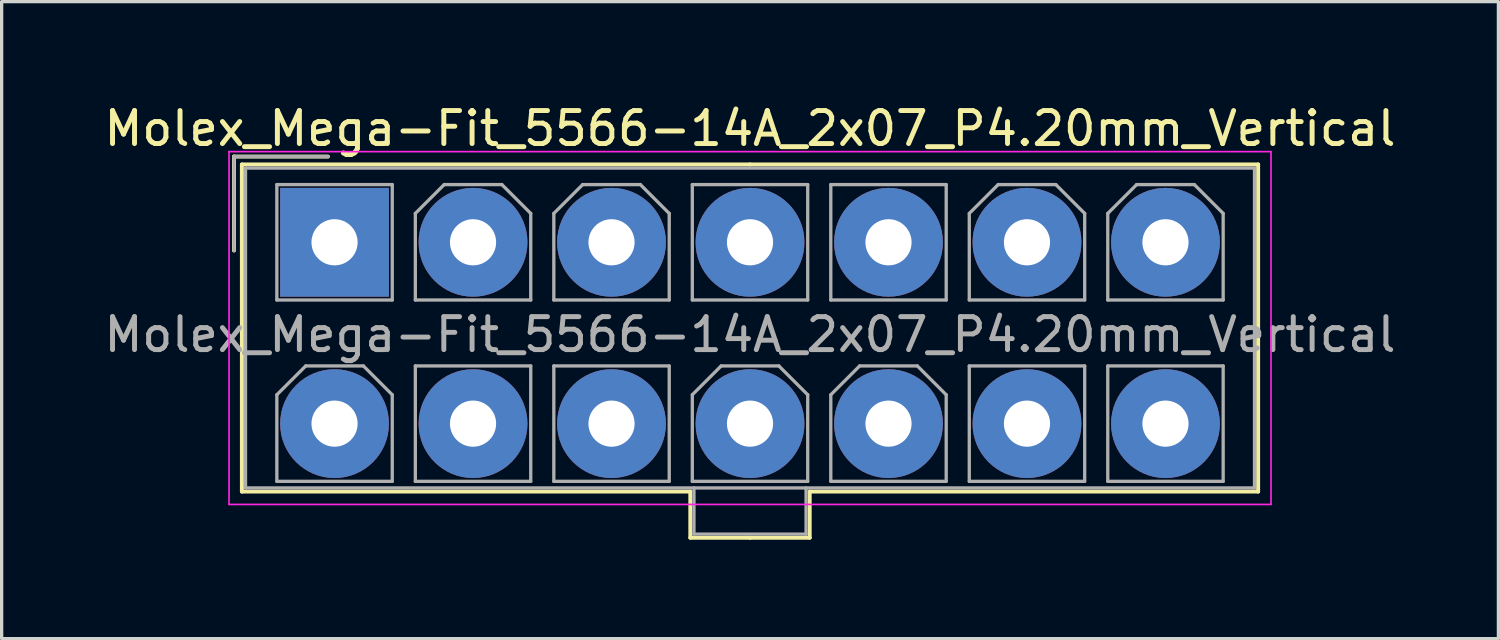
<source format=kicad_pcb>
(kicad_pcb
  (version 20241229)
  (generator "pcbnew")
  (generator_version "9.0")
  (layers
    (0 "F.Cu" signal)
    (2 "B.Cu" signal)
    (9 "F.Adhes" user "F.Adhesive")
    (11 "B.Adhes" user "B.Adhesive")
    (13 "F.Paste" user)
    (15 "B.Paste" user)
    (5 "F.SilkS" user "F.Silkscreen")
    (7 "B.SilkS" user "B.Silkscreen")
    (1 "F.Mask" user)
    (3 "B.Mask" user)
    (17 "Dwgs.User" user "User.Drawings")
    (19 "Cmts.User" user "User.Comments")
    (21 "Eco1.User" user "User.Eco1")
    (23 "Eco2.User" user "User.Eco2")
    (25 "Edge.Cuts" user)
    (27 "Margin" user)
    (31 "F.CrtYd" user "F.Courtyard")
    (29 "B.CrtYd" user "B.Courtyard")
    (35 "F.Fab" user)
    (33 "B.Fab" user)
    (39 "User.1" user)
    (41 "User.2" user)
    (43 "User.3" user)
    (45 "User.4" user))
  (footprint "Molex_Mega-Fit_5566-14A_2x07_P4.20mm_Vertical"
    (layer "F.Cu")
    (at 7.096 4.298)
    (property "Reference" "Molex_Mega-Fit_5566-14A_2x07_P4.20mm_Vertical" (at 12.6 -3.45 0) (layer "F.SilkS") (effects (font (size 1 1) (thickness 0.15))))
    (attr through_hole)
    (fp_line (start -3.05 -2.6) (end -3.05 0.25) (stroke (width 0.12) (type solid)) (layer "F.SilkS"))
    (fp_line (start -2.81 -2.36) (end -2.81 7.56) (stroke (width 0.12) (type solid)) (layer "F.SilkS"))
    (fp_line (start -2.81 7.56) (end 10.79 7.56) (stroke (width 0.12) (type solid)) (layer "F.SilkS"))
    (fp_line (start -0.2 -2.6) (end -3.05 -2.6) (stroke (width 0.12) (type solid)) (layer "F.SilkS"))
    (fp_line (start 10.79 7.56) (end 10.79 8.96) (stroke (width 0.12) (type solid)) (layer "F.SilkS"))
    (fp_line (start 10.79 8.96) (end 12.6 8.96) (stroke (width 0.12) (type solid)) (layer "F.SilkS"))
    (fp_line (start 12.6 -2.36) (end -2.81 -2.36) (stroke (width 0.12) (type solid)) (layer "F.SilkS"))
    (fp_line (start 12.6 -2.36) (end 28.01 -2.36) (stroke (width 0.12) (type solid)) (layer "F.SilkS"))
    (fp_line (start 14.41 7.56) (end 14.41 8.96) (stroke (width 0.12) (type solid)) (layer "F.SilkS"))
    (fp_line (start 14.41 8.96) (end 12.6 8.96) (stroke (width 0.12) (type solid)) (layer "F.SilkS"))
    (fp_line (start 28.01 -2.36) (end 28.01 7.56) (stroke (width 0.12) (type solid)) (layer "F.SilkS"))
    (fp_line (start 28.01 7.56) (end 14.41 7.56) (stroke (width 0.12) (type solid)) (layer "F.SilkS"))
    (fp_line (start -3.2 -2.75) (end -3.2 7.95) (stroke (width 0.05) (type solid)) (layer "F.CrtYd"))
    (fp_line (start -3.2 7.95) (end 28.4 7.95) (stroke (width 0.05) (type solid)) (layer "F.CrtYd"))
    (fp_line (start 28.4 -2.75) (end -3.2 -2.75) (stroke (width 0.05) (type solid)) (layer "F.CrtYd"))
    (fp_line (start 28.4 7.95) (end 28.4 -2.75) (stroke (width 0.05) (type solid)) (layer "F.CrtYd"))
    (fp_line (start -3.05 -2.6) (end -3.05 0.25) (stroke (width 0.1) (type solid)) (layer "F.Fab"))
    (fp_line (start -2.7 -2.25) (end -2.7 7.45) (stroke (width 0.1) (type solid)) (layer "F.Fab"))
    (fp_line (start -2.7 7.45) (end 27.9 7.45) (stroke (width 0.1) (type solid)) (layer "F.Fab"))
    (fp_line (start -1.75 -1.75) (end -1.75 1.75) (stroke (width 0.1) (type solid)) (layer "F.Fab"))
    (fp_line (start -1.75 1.75) (end 1.75 1.75) (stroke (width 0.1) (type solid)) (layer "F.Fab"))
    (fp_line (start -1.75 4.625) (end -0.875 3.75) (stroke (width 0.1) (type solid)) (layer "F.Fab"))
    (fp_line (start -1.75 7.25) (end -1.75 4.625) (stroke (width 0.1) (type solid)) (layer "F.Fab"))
    (fp_line (start -0.875 3.75) (end 0.875 3.75) (stroke (width 0.1) (type solid)) (layer "F.Fab"))
    (fp_line (start -0.2 -2.6) (end -3.05 -2.6) (stroke (width 0.1) (type solid)) (layer "F.Fab"))
    (fp_line (start 0.875 3.75) (end 1.75 4.625) (stroke (width 0.1) (type solid)) (layer "F.Fab"))
    (fp_line (start 1.75 -1.75) (end -1.75 -1.75) (stroke (width 0.1) (type solid)) (layer "F.Fab"))
    (fp_line (start 1.75 1.75) (end 1.75 -1.75) (stroke (width 0.1) (type solid)) (layer "F.Fab"))
    (fp_line (start 1.75 4.625) (end 1.75 7.25) (stroke (width 0.1) (type solid)) (layer "F.Fab"))
    (fp_line (start 1.75 7.25) (end -1.75 7.25) (stroke (width 0.1) (type solid)) (layer "F.Fab"))
    (fp_line (start 2.45 -0.875) (end 3.325 -1.75) (stroke (width 0.1) (type solid)) (layer "F.Fab"))
    (fp_line (start 2.45 1.75) (end 2.45 -0.875) (stroke (width 0.1) (type solid)) (layer "F.Fab"))
    (fp_line (start 2.45 3.75) (end 2.45 7.25) (stroke (width 0.1) (type solid)) (layer "F.Fab"))
    (fp_line (start 2.45 7.25) (end 5.95 7.25) (stroke (width 0.1) (type solid)) (layer "F.Fab"))
    (fp_line (start 3.325 -1.75) (end 5.075 -1.75) (stroke (width 0.1) (type solid)) (layer "F.Fab"))
    (fp_line (start 5.075 -1.75) (end 5.95 -0.875) (stroke (width 0.1) (type solid)) (layer "F.Fab"))
    (fp_line (start 5.95 -0.875) (end 5.95 1.75) (stroke (width 0.1) (type solid)) (layer "F.Fab"))
    (fp_line (start 5.95 1.75) (end 2.45 1.75) (stroke (width 0.1) (type solid)) (layer "F.Fab"))
    (fp_line (start 5.95 3.75) (end 2.45 3.75) (stroke (width 0.1) (type solid)) (layer "F.Fab"))
    (fp_line (start 5.95 7.25) (end 5.95 3.75) (stroke (width 0.1) (type solid)) (layer "F.Fab"))
    (fp_line (start 6.65 -0.875) (end 7.525 -1.75) (stroke (width 0.1) (type solid)) (layer "F.Fab"))
    (fp_line (start 6.65 1.75) (end 6.65 -0.875) (stroke (width 0.1) (type solid)) (layer "F.Fab"))
    (fp_line (start 6.65 3.75) (end 6.65 7.25) (stroke (width 0.1) (type solid)) (layer "F.Fab"))
    (fp_line (start 6.65 7.25) (end 10.15 7.25) (stroke (width 0.1) (type solid)) (layer "F.Fab"))
    (fp_line (start 7.525 -1.75) (end 9.275 -1.75) (stroke (width 0.1) (type solid)) (layer "F.Fab"))
    (fp_line (start 9.275 -1.75) (end 10.15 -0.875) (stroke (width 0.1) (type solid)) (layer "F.Fab"))
    (fp_line (start 10.15 -0.875) (end 10.15 1.75) (stroke (width 0.1) (type solid)) (layer "F.Fab"))
    (fp_line (start 10.15 1.75) (end 6.65 1.75) (stroke (width 0.1) (type solid)) (layer "F.Fab"))
    (fp_line (start 10.15 3.75) (end 6.65 3.75) (stroke (width 0.1) (type solid)) (layer "F.Fab"))
    (fp_line (start 10.15 7.25) (end 10.15 3.75) (stroke (width 0.1) (type solid)) (layer "F.Fab"))
    (fp_line (start 10.85 -1.75) (end 10.85 1.75) (stroke (width 0.1) (type solid)) (layer "F.Fab"))
    (fp_line (start 10.85 1.75) (end 14.35 1.75) (stroke (width 0.1) (type solid)) (layer "F.Fab"))
    (fp_line (start 10.85 4.625) (end 11.725 3.75) (stroke (width 0.1) (type solid)) (layer "F.Fab"))
    (fp_line (start 10.85 7.25) (end 10.85 4.625) (stroke (width 0.1) (type solid)) (layer "F.Fab"))
    (fp_line (start 10.9 7.45) (end 10.9 8.85) (stroke (width 0.1) (type solid)) (layer "F.Fab"))
    (fp_line (start 10.9 8.85) (end 14.3 8.85) (stroke (width 0.1) (type solid)) (layer "F.Fab"))
    (fp_line (start 11.725 3.75) (end 13.475 3.75) (stroke (width 0.1) (type solid)) (layer "F.Fab"))
    (fp_line (start 13.475 3.75) (end 14.35 4.625) (stroke (width 0.1) (type solid)) (layer "F.Fab"))
    (fp_line (start 14.3 8.85) (end 14.3 7.45) (stroke (width 0.1) (type solid)) (layer "F.Fab"))
    (fp_line (start 14.35 -1.75) (end 10.85 -1.75) (stroke (width 0.1) (type solid)) (layer "F.Fab"))
    (fp_line (start 14.35 1.75) (end 14.35 -1.75) (stroke (width 0.1) (type solid)) (layer "F.Fab"))
    (fp_line (start 14.35 4.625) (end 14.35 7.25) (stroke (width 0.1) (type solid)) (layer "F.Fab"))
    (fp_line (start 14.35 7.25) (end 10.85 7.25) (stroke (width 0.1) (type solid)) (layer "F.Fab"))
    (fp_line (start 15.05 -1.75) (end 15.05 1.75) (stroke (width 0.1) (type solid)) (layer "F.Fab"))
    (fp_line (start 15.05 1.75) (end 18.55 1.75) (stroke (width 0.1) (type solid)) (layer "F.Fab"))
    (fp_line (start 15.05 4.625) (end 15.925 3.75) (stroke (width 0.1) (type solid)) (layer "F.Fab"))
    (fp_line (start 15.05 7.25) (end 15.05 4.625) (stroke (width 0.1) (type solid)) (layer "F.Fab"))
    (fp_line (start 15.925 3.75) (end 17.675 3.75) (stroke (width 0.1) (type solid)) (layer "F.Fab"))
    (fp_line (start 17.675 3.75) (end 18.55 4.625) (stroke (width 0.1) (type solid)) (layer "F.Fab"))
    (fp_line (start 18.55 -1.75) (end 15.05 -1.75) (stroke (width 0.1) (type solid)) (layer "F.Fab"))
    (fp_line (start 18.55 1.75) (end 18.55 -1.75) (stroke (width 0.1) (type solid)) (layer "F.Fab"))
    (fp_line (start 18.55 4.625) (end 18.55 7.25) (stroke (width 0.1) (type solid)) (layer "F.Fab"))
    (fp_line (start 18.55 7.25) (end 15.05 7.25) (stroke (width 0.1) (type solid)) (layer "F.Fab"))
    (fp_line (start 19.25 -0.875) (end 20.125 -1.75) (stroke (width 0.1) (type solid)) (layer "F.Fab"))
    (fp_line (start 19.25 1.75) (end 19.25 -0.875) (stroke (width 0.1) (type solid)) (layer "F.Fab"))
    (fp_line (start 19.25 3.75) (end 19.25 7.25) (stroke (width 0.1) (type solid)) (layer "F.Fab"))
    (fp_line (start 19.25 7.25) (end 22.75 7.25) (stroke (width 0.1) (type solid)) (layer "F.Fab"))
    (fp_line (start 20.125 -1.75) (end 21.875 -1.75) (stroke (width 0.1) (type solid)) (layer "F.Fab"))
    (fp_line (start 21.875 -1.75) (end 22.75 -0.875) (stroke (width 0.1) (type solid)) (layer "F.Fab"))
    (fp_line (start 22.75 -0.875) (end 22.75 1.75) (stroke (width 0.1) (type solid)) (layer "F.Fab"))
    (fp_line (start 22.75 1.75) (end 19.25 1.75) (stroke (width 0.1) (type solid)) (layer "F.Fab"))
    (fp_line (start 22.75 3.75) (end 19.25 3.75) (stroke (width 0.1) (type solid)) (layer "F.Fab"))
    (fp_line (start 22.75 7.25) (end 22.75 3.75) (stroke (width 0.1) (type solid)) (layer "F.Fab"))
    (fp_line (start 23.45 -0.875) (end 24.325 -1.75) (stroke (width 0.1) (type solid)) (layer "F.Fab"))
    (fp_line (start 23.45 1.75) (end 23.45 -0.875) (stroke (width 0.1) (type solid)) (layer "F.Fab"))
    (fp_line (start 23.45 3.75) (end 23.45 7.25) (stroke (width 0.1) (type solid)) (layer "F.Fab"))
    (fp_line (start 23.45 7.25) (end 26.95 7.25) (stroke (width 0.1) (type solid)) (layer "F.Fab"))
    (fp_line (start 24.325 -1.75) (end 26.075 -1.75) (stroke (width 0.1) (type solid)) (layer "F.Fab"))
    (fp_line (start 26.075 -1.75) (end 26.95 -0.875) (stroke (width 0.1) (type solid)) (layer "F.Fab"))
    (fp_line (start 26.95 -0.875) (end 26.95 1.75) (stroke (width 0.1) (type solid)) (layer "F.Fab"))
    (fp_line (start 26.95 1.75) (end 23.45 1.75) (stroke (width 0.1) (type solid)) (layer "F.Fab"))
    (fp_line (start 26.95 3.75) (end 23.45 3.75) (stroke (width 0.1) (type solid)) (layer "F.Fab"))
    (fp_line (start 26.95 7.25) (end 26.95 3.75) (stroke (width 0.1) (type solid)) (layer "F.Fab"))
    (fp_line (start 27.9 -2.25) (end -2.7 -2.25) (stroke (width 0.1) (type solid)) (layer "F.Fab"))
    (fp_line (start 27.9 7.45) (end 27.9 -2.25) (stroke (width 0.1) (type solid)) (layer "F.Fab"))
    (fp_text user "${REFERENCE}" (at 12.6 2.8 0) (layer "F.Fab") (effects (font (size 1 1) (thickness 0.15))))
    (pad "1" thru_hole rect (at 0 0) (size 3.3 3.3) (drill 1.4) (layers "*.Cu" "*.Mask"))
    (pad "2" thru_hole circle (at 4.2 0) (size 3.3 3.3) (drill 1.4) (layers "*.Cu" "*.Mask"))
    (pad "3" thru_hole circle (at 8.4 0) (size 3.3 3.3) (drill 1.4) (layers "*.Cu" "*.Mask"))
    (pad "4" thru_hole circle (at 12.6 0) (size 3.3 3.3) (drill 1.4) (layers "*.Cu" "*.Mask"))
    (pad "5" thru_hole circle (at 16.8 0) (size 3.3 3.3) (drill 1.4) (layers "*.Cu" "*.Mask"))
    (pad "6" thru_hole circle (at 21 0) (size 3.3 3.3) (drill 1.4) (layers "*.Cu" "*.Mask"))
    (pad "7" thru_hole circle (at 25.2 0) (size 3.3 3.3) (drill 1.4) (layers "*.Cu" "*.Mask"))
    (pad "8" thru_hole circle (at 0 5.5) (size 3.3 3.3) (drill 1.4) (layers "*.Cu" "*.Mask"))
    (pad "9" thru_hole circle (at 4.2 5.5) (size 3.3 3.3) (drill 1.4) (layers "*.Cu" "*.Mask"))
    (pad "10" thru_hole circle (at 8.4 5.5) (size 3.3 3.3) (drill 1.4) (layers "*.Cu" "*.Mask"))
    (pad "11" thru_hole circle (at 12.6 5.5) (size 3.3 3.3) (drill 1.4) (layers "*.Cu" "*.Mask"))
    (pad "12" thru_hole circle (at 16.8 5.5) (size 3.3 3.3) (drill 1.4) (layers "*.Cu" "*.Mask"))
    (pad "13" thru_hole circle (at 21 5.5) (size 3.3 3.3) (drill 1.4) (layers "*.Cu" "*.Mask"))
    (pad "14" thru_hole circle (at 25.2 5.5) (size 3.3 3.3) (drill 1.4) (layers "*.Cu" "*.Mask")))
  (gr_rect
    (start -3 -3)
    (end 42.393 16.318)
    (stroke (width 0.1) (type default))
    (fill no)
    (layer "Edge.Cuts")))
</source>
